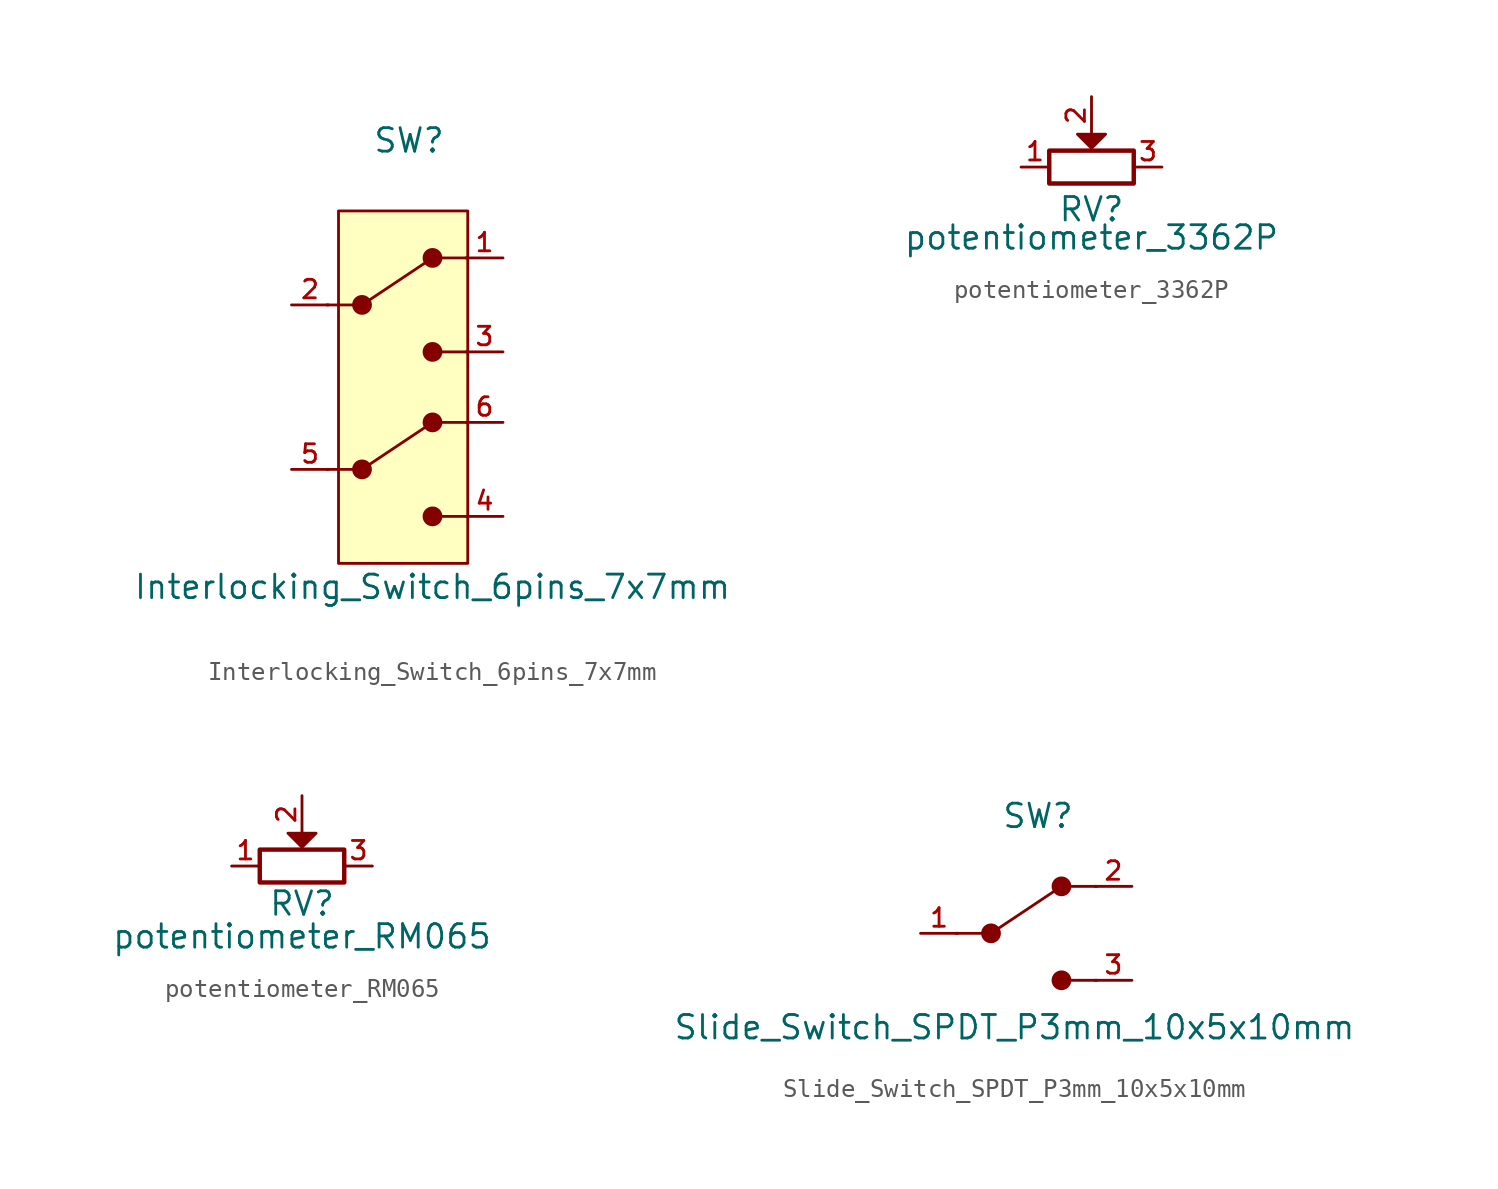
<source format=kicad_sym>
(kicad_symbol_lib
  (version 20220914)
  (generator kicad_symbol_editor)
  (symbol "Interlocking_Switch_6pins_7x7mm"
    (property "Reference" "SW"
      (at 0 13.97 0)
      (effects (font (size 1.27 1.27))))
    (property "Value" "Interlocking_Switch_6pins_7x7mm"
      (at 1.27 -10.16 0)
      (effects (font (size 1.27 1.27))))
    (symbol "Interlocking_Switch_6pins_7x7mm_0_1"
      (rectangle (start -3.81 10.16) (end 3.175 -8.89) (stroke (width 0) (type default)) (fill (type background)))
      (circle (center -2.54 -3.81) (radius 0.458) (stroke (width 0) (type default)) (fill (type outline)))
      (circle (center -2.54 5.08) (radius 0.458) (stroke (width 0) (type default)) (fill (type outline)))
      (polyline (pts (xy -4.445 -3.81) (xy -3.048 -3.81)) (stroke (width 0) (type default)) (fill (type none)))
      (polyline (pts (xy -4.445 5.08) (xy -3.048 5.08)) (stroke (width 0) (type default)) (fill (type none)))
      (polyline (pts (xy -2.54 -3.81) (xy 1.27 -1.27)) (stroke (width 0) (type default)) (fill (type none)))
      (polyline (pts (xy -2.54 5.08) (xy 1.27 7.62)) (stroke (width 0) (type default)) (fill (type none)))
      (polyline (pts (xy 1.778 -6.35) (xy 3.175 -6.35)) (stroke (width 0) (type default)) (fill (type none)))
      (polyline (pts (xy 1.778 -1.27) (xy 3.175 -1.27)) (stroke (width 0) (type default)) (fill (type none)))
      (polyline (pts (xy 1.778 2.54) (xy 3.175 2.54)) (stroke (width 0) (type default)) (fill (type none)))
      (polyline (pts (xy 1.778 7.62) (xy 3.175 7.62)) (stroke (width 0) (type default)) (fill (type none)))
      (circle (center 1.27 -6.35) (radius 0.458) (stroke (width 0) (type default)) (fill (type outline)))
      (circle (center 1.27 -1.27) (radius 0.458) (stroke (width 0) (type default)) (fill (type outline)))
      (circle (center 1.27 2.54) (radius 0.458) (stroke (width 0) (type default)) (fill (type outline)))
      (circle (center 1.27 7.62) (radius 0.458) (stroke (width 0) (type default)) (fill (type outline))))
    (symbol "Interlocking_Switch_6pins_7x7mm_1_1"
      (pin passive line (at 5.08 7.62 180) (length 2) (name "" (effects (font (size 1.27 1.27)))) (number "1" (effects (font (size 1 1)))))
      (pin passive line (at -6.35 5.08 0) (length 2) (name "" (effects (font (size 1.27 1.27)))) (number "2" (effects (font (size 1 1)))))
      (pin passive line (at 5.08 2.54 180) (length 2) (name "" (effects (font (size 1.27 1.27)))) (number "3" (effects (font (size 1 1)))))
      (pin passive line (at 5.08 -6.35 180) (length 2) (name "" (effects (font (size 1.27 1.27)))) (number "4" (effects (font (size 1 1)))))
      (pin passive line (at -6.35 -3.81 0) (length 2) (name "" (effects (font (size 1.27 1.27)))) (number "5" (effects (font (size 1 1)))))
      (pin passive line (at 5.08 -1.27 180) (length 2) (name "" (effects (font (size 1.27 1.27)))) (number "6" (effects (font (size 1 1)))))))
  (symbol "potentiometer_3362P"
    (property "Reference" "RV"
      (at 0 -2.286 0)
      (effects (font (size 1.27 1.27))))
    (property "Value" "potentiometer_3362P"
      (at 0 -3.81 0)
      (effects (font (size 1.27 1.27))))
    (symbol "potentiometer_3362P_0_1"
      (rectangle (start -2.286 0.889) (end 2.286 -0.889) (stroke (width 0.24) (type default)) (fill (type none)))
      (polyline (pts (xy 0 1.016) (xy 0.762 1.778) (xy -0.762 1.778) (xy 0 1.016)) (stroke (width 0) (type default)) (fill (type outline))))
    (symbol "potentiometer_3362P_1_1"
      (pin passive line (at -3.81 0 0) (length 1.5) (name "~" (effects (font (size 1.27 1.27)))) (number "1" (effects (font (size 1 1)))))
      (pin passive line (at 0 3.81 270) (length 2) (name "~" (effects (font (size 1.27 1.27)))) (number "2" (effects (font (size 1 1)))))
      (pin passive line (at 3.81 0 180) (length 1.5) (name "~" (effects (font (size 1.27 1.27)))) (number "3" (effects (font (size 1 1)))))))
  (symbol "potentiometer_RM065"
    (property "Reference" "RV"
      (at 0 -2.032 0)
      (effects (font (size 1.27 1.27))))
    (property "Value" "potentiometer_RM065"
      (at 0 -3.81 0)
      (effects (font (size 1.27 1.27))))
    (symbol "potentiometer_RM065_0_1"
      (rectangle (start -2.286 0.889) (end 2.286 -0.889) (stroke (width 0.24) (type default)) (fill (type none)))
      (polyline (pts (xy 0 1.016) (xy 0.762 1.778) (xy -0.762 1.778) (xy 0 1.016)) (stroke (width 0) (type default)) (fill (type outline))))
    (symbol "potentiometer_RM065_1_1"
      (pin passive line (at -3.81 0 0) (length 1.5) (name "~" (effects (font (size 1.27 1.27)))) (number "1" (effects (font (size 1 1)))))
      (pin passive line (at 0 3.81 270) (length 2) (name "~" (effects (font (size 1.27 1.27)))) (number "2" (effects (font (size 1 1)))))
      (pin passive line (at 3.81 0 180) (length 1.5) (name "~" (effects (font (size 1.27 1.27)))) (number "3" (effects (font (size 1 1)))))))
  (symbol "Slide_Switch_SPDT_P3mm_10x5x10mm"
    (property "Reference" "SW"
      (at 0 6.35 0)
      (effects (font (size 1.27 1.27))))
    (property "Value" "Slide_Switch_SPDT_P3mm_10x5x10mm"
      (at -1.27 -5.08 0)
      (effects (font (size 1.27 1.27))))
    (symbol "Slide_Switch_SPDT_P3mm_10x5x10mm_0_1"
      (circle (center -2.54 0) (radius 0.458) (stroke (width 0) (type default)) (fill (type outline)))
      (polyline (pts (xy -4.445 0) (xy -3.048 0)) (stroke (width 0) (type default)) (fill (type none)))
      (polyline (pts (xy -2.54 0) (xy 1.27 2.54)) (stroke (width 0) (type default)) (fill (type none)))
      (polyline (pts (xy 1.778 -2.54) (xy 3.175 -2.54)) (stroke (width 0) (type default)) (fill (type none)))
      (polyline (pts (xy 1.778 2.54) (xy 3.175 2.54)) (stroke (width 0) (type default)) (fill (type none)))
      (circle (center 1.27 -2.54) (radius 0.458) (stroke (width 0) (type default)) (fill (type outline)))
      (circle (center 1.27 2.54) (radius 0.458) (stroke (width 0) (type default)) (fill (type outline))))
    (symbol "Slide_Switch_SPDT_P3mm_10x5x10mm_1_1"
      (pin passive line (at -6.35 0 0) (length 2) (name "" (effects (font (size 1.27 1.27)))) (number "1" (effects (font (size 1 1)))))
      (pin passive line (at 5.08 2.54 180) (length 2) (name "" (effects (font (size 1.27 1.27)))) (number "2" (effects (font (size 1 1)))))
      (pin passive line (at 5.08 -2.54 180) (length 2) (name "" (effects (font (size 1.27 1.27)))) (number "3" (effects (font (size 1 1))))))))
</source>
